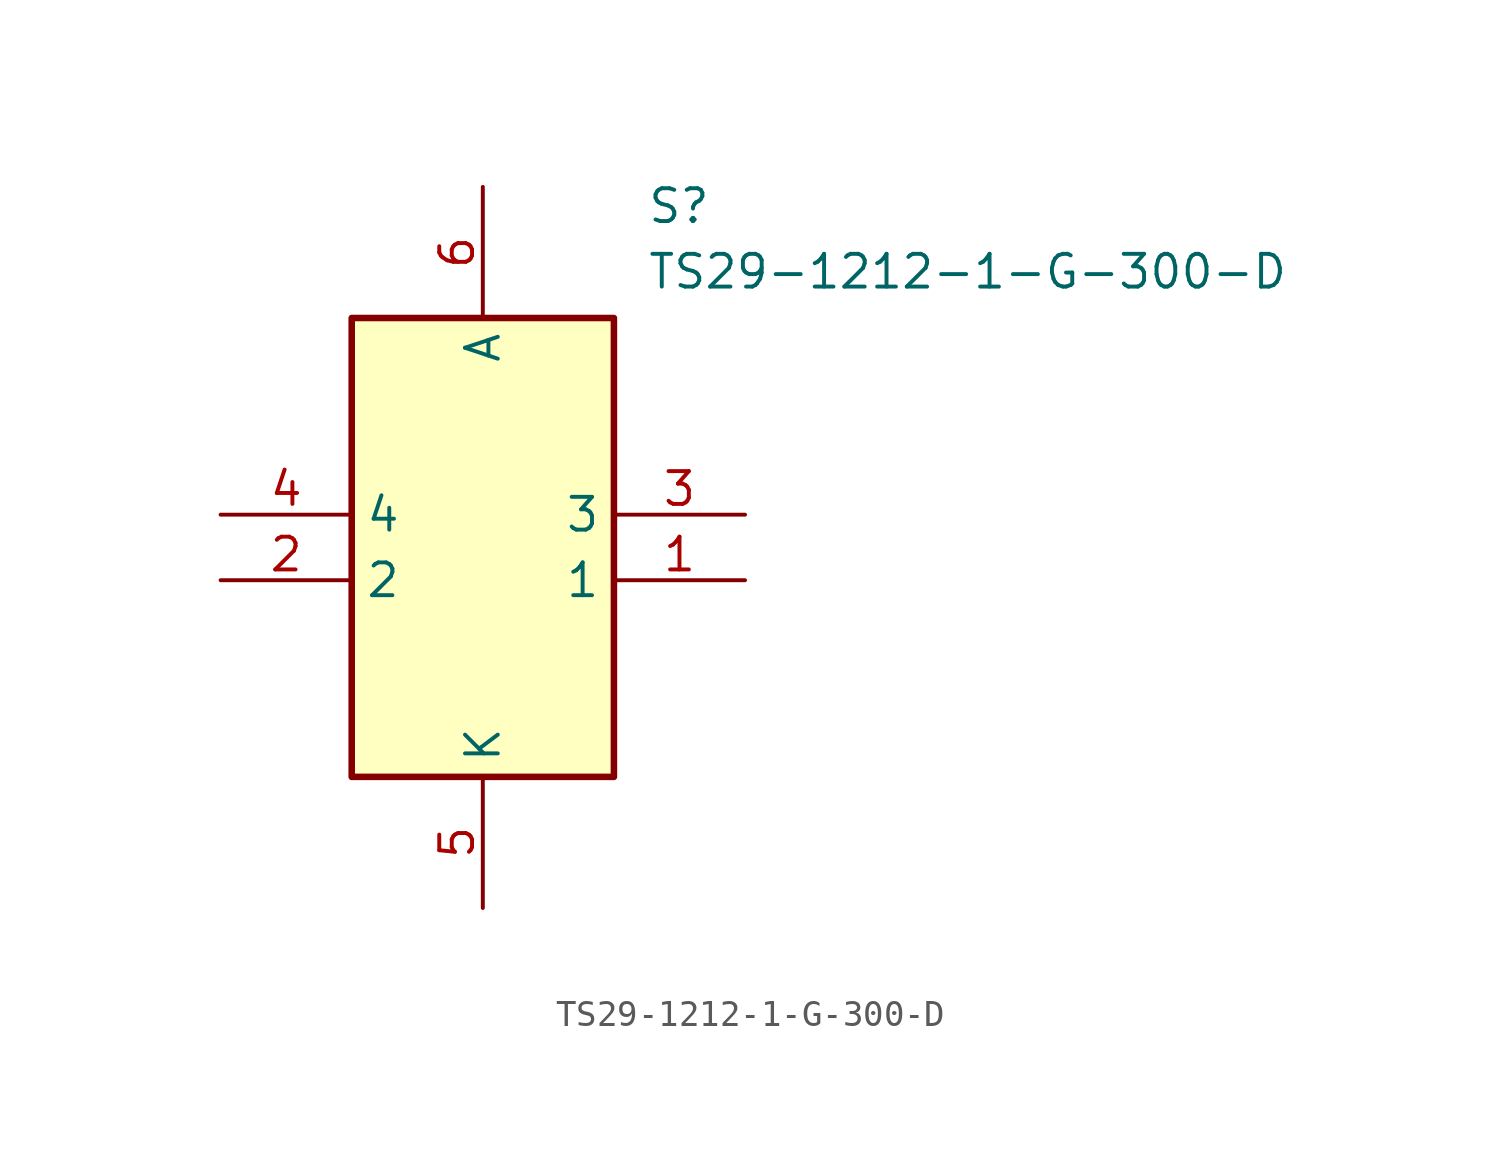
<source format=kicad_sym>
(kicad_symbol_lib
  (version 20211014)
  (generator SamacSys_ECAD_Model)
  (symbol "TS29-1212-1-G-300-D"
    (property "Reference" "S"
      (at 16.51 12.7 0)
      (effects (font (size 1.27 1.27)) (justify left top)))
    (property "Value" "TS29-1212-1-G-300-D"
      (at 16.51 10.16 0)
      (effects (font (size 1.27 1.27)) (justify left top)))
    (rectangle
      (start 5.08 7.62)
      (end 15.24 -10.16)
      (stroke (width 0.254) (type default))
      (fill (type background)))
    (pin passive line
      (at 20.32 -2.54 180)
      (length 5.08)
      (name "1" (effects (font (size 1.27 1.27))))
      (number "1" (effects (font (size 1.27 1.27)))))
    (pin passive line
      (at 0 -2.54 0)
      (length 5.08)
      (name "2" (effects (font (size 1.27 1.27))))
      (number "2" (effects (font (size 1.27 1.27)))))
    (pin passive line
      (at 20.32 0 180)
      (length 5.08)
      (name "3" (effects (font (size 1.27 1.27))))
      (number "3" (effects (font (size 1.27 1.27)))))
    (pin passive line
      (at 0 0 0)
      (length 5.08)
      (name "4" (effects (font (size 1.27 1.27))))
      (number "4" (effects (font (size 1.27 1.27)))))
    (pin passive line
      (at 10.16 -15.24 90)
      (length 5.08)
      (name "K" (effects (font (size 1.27 1.27))))
      (number "5" (effects (font (size 1.27 1.27)))))
    (pin passive line
      (at 10.16 12.7 270)
      (length 5.08)
      (name "A" (effects (font (size 1.27 1.27))))
      (number "6" (effects (font (size 1.27 1.27)))))))
</source>
